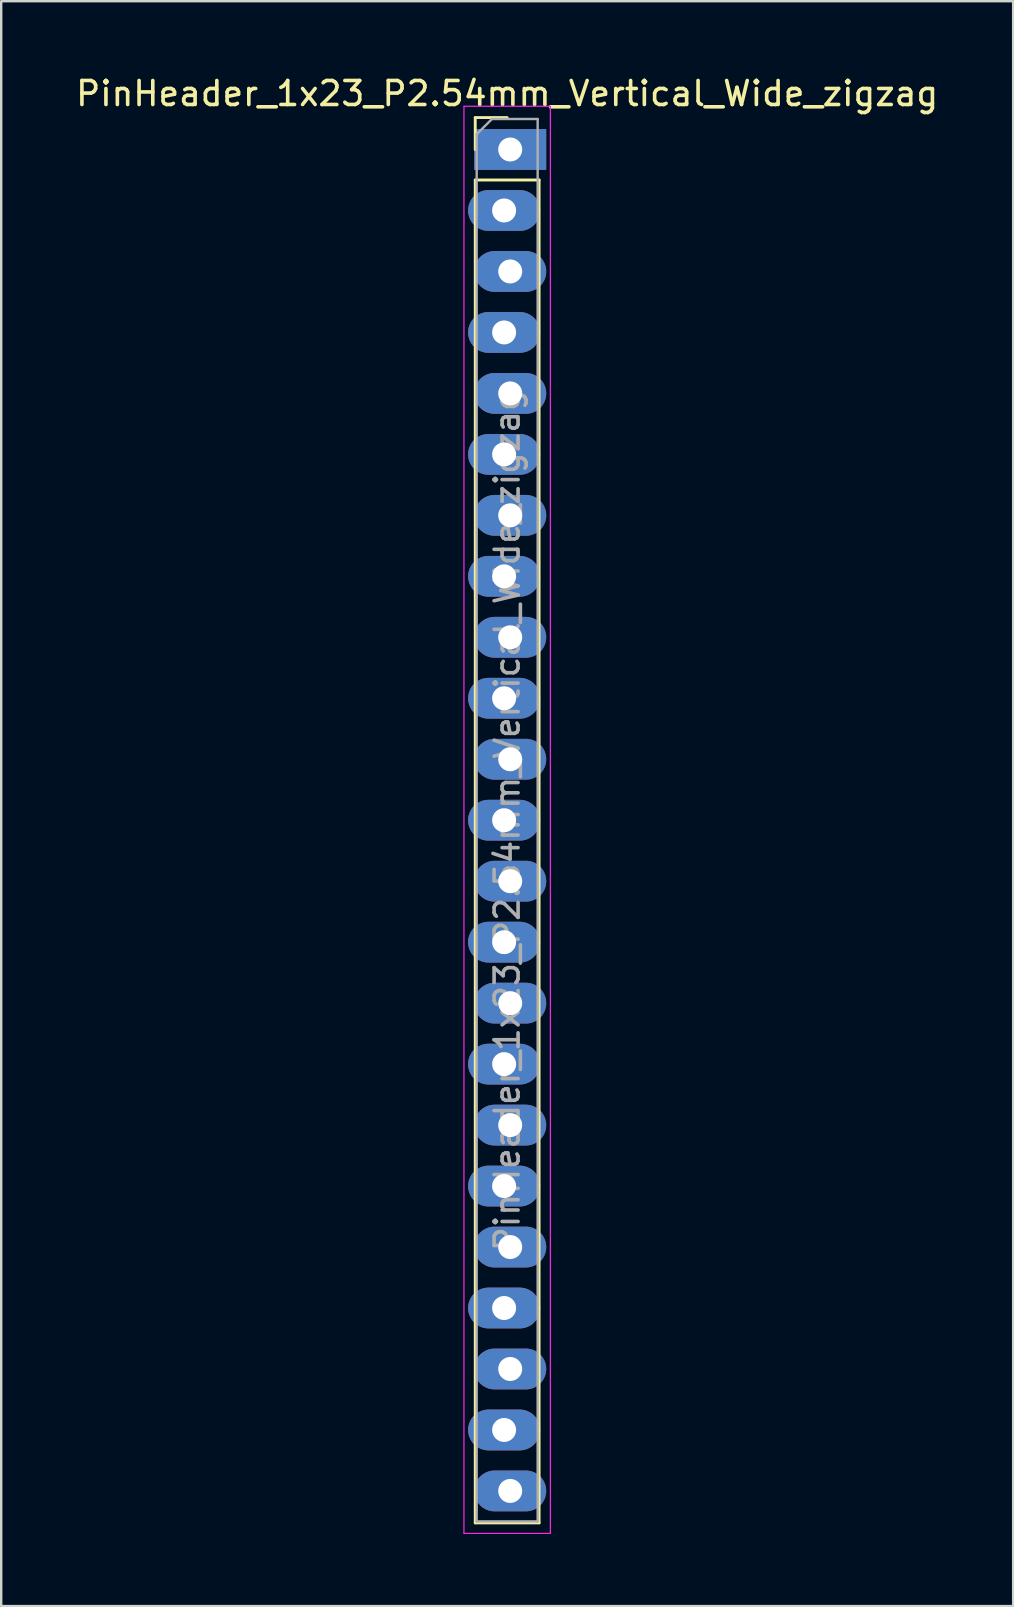
<source format=kicad_pcb>
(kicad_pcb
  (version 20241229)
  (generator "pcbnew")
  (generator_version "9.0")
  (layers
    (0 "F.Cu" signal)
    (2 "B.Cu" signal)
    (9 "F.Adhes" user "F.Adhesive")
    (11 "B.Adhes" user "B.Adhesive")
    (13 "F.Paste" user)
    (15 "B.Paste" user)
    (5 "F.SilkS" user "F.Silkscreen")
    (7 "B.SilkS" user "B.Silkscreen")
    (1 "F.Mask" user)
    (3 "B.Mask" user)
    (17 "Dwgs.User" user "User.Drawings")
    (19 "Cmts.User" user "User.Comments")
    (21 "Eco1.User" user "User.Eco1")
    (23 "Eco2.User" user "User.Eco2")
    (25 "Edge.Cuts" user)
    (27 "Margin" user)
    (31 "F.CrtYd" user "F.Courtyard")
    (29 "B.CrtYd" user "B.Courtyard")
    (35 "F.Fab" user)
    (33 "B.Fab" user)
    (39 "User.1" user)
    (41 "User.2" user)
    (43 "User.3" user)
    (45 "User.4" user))
  (footprint "PinHeader_1x23_P2.54mm_Vertical_Wide_zigzag"
    (layer "F.Cu")
    (at 18.077 3.178)
    (property "Reference" "PinHeader_1x23_P2.54mm_Vertical_Wide_zigzag" (at 0 -2.33 0) (layer "F.SilkS") (effects (font (size 1 1) (thickness 0.15))))
    (attr through_hole)
    (fp_line (start -1.33 -1.33) (end 0 -1.33) (stroke (width 0.12) (type solid)) (layer "F.SilkS"))
    (fp_line (start -1.33 0) (end -1.33 -1.33) (stroke (width 0.12) (type solid)) (layer "F.SilkS"))
    (fp_line (start -1.33 1.27) (end -1.33 57.21) (stroke (width 0.12) (type solid)) (layer "F.SilkS"))
    (fp_line (start -1.33 1.27) (end 1.33 1.27) (stroke (width 0.12) (type solid)) (layer "F.SilkS"))
    (fp_line (start -1.33 57.21) (end 1.33 57.21) (stroke (width 0.12) (type solid)) (layer "F.SilkS"))
    (fp_line (start 1.33 1.27) (end 1.33 57.21) (stroke (width 0.12) (type solid)) (layer "F.SilkS"))
    (fp_line (start -1.8 -1.8) (end -1.8 57.65) (stroke (width 0.05) (type solid)) (layer "F.CrtYd"))
    (fp_line (start -1.8 57.65) (end 1.8 57.65) (stroke (width 0.05) (type solid)) (layer "F.CrtYd"))
    (fp_line (start 1.8 -1.8) (end -1.8 -1.8) (stroke (width 0.05) (type solid)) (layer "F.CrtYd"))
    (fp_line (start 1.8 57.65) (end 1.8 -1.8) (stroke (width 0.05) (type solid)) (layer "F.CrtYd"))
    (fp_line (start -1.27 -0.635) (end -0.635 -1.27) (stroke (width 0.1) (type solid)) (layer "F.Fab"))
    (fp_line (start -1.27 57.15) (end -1.27 -0.635) (stroke (width 0.1) (type solid)) (layer "F.Fab"))
    (fp_line (start -0.635 -1.27) (end 1.27 -1.27) (stroke (width 0.1) (type solid)) (layer "F.Fab"))
    (fp_line (start 1.27 -1.27) (end 1.27 57.15) (stroke (width 0.1) (type solid)) (layer "F.Fab"))
    (fp_line (start 1.27 57.15) (end -1.27 57.15) (stroke (width 0.1) (type solid)) (layer "F.Fab"))
    (fp_text user "${REFERENCE}" (at 0 27.94 90) (layer "F.Fab") (effects (font (size 1 1) (thickness 0.15))))
    (pad "1" thru_hole rect (at 0.127 0) (size 3 1.7) (drill 1) (layers "*.Cu" "*.Mask"))
    (pad "2" thru_hole oval (at -0.127 2.54) (size 3 1.7) (drill 1) (layers "*.Cu" "*.Mask"))
    (pad "3" thru_hole oval (at 0.127 5.08) (size 3 1.7) (drill 1) (layers "*.Cu" "*.Mask"))
    (pad "4" thru_hole oval (at -0.127 7.62) (size 3 1.7) (drill 1) (layers "*.Cu" "*.Mask"))
    (pad "5" thru_hole oval (at 0.127 10.16) (size 3 1.7) (drill 1) (layers "*.Cu" "*.Mask"))
    (pad "6" thru_hole oval (at -0.127 12.7) (size 3 1.7) (drill 1) (layers "*.Cu" "*.Mask"))
    (pad "7" thru_hole oval (at 0.127 15.24) (size 3 1.7) (drill 1) (layers "*.Cu" "*.Mask"))
    (pad "8" thru_hole oval (at -0.127 17.78) (size 3 1.7) (drill 1) (layers "*.Cu" "*.Mask"))
    (pad "9" thru_hole oval (at 0.127 20.32) (size 3 1.7) (drill 1) (layers "*.Cu" "*.Mask"))
    (pad "10" thru_hole oval (at -0.127 22.86) (size 3 1.7) (drill 1) (layers "*.Cu" "*.Mask"))
    (pad "11" thru_hole oval (at 0.127 25.4) (size 3 1.7) (drill 1) (layers "*.Cu" "*.Mask"))
    (pad "12" thru_hole oval (at -0.127 27.94) (size 3 1.7) (drill 1) (layers "*.Cu" "*.Mask"))
    (pad "13" thru_hole oval (at 0.127 30.48) (size 3 1.7) (drill 1) (layers "*.Cu" "*.Mask"))
    (pad "14" thru_hole oval (at -0.127 33.02) (size 3 1.7) (drill 1) (layers "*.Cu" "*.Mask"))
    (pad "15" thru_hole oval (at 0.127 35.56) (size 3 1.7) (drill 1) (layers "*.Cu" "*.Mask"))
    (pad "16" thru_hole oval (at -0.127 38.1) (size 3 1.7) (drill 1) (layers "*.Cu" "*.Mask"))
    (pad "17" thru_hole oval (at 0.127 40.64) (size 3 1.7) (drill 1) (layers "*.Cu" "*.Mask"))
    (pad "18" thru_hole oval (at -0.127 43.18) (size 3 1.7) (drill 1) (layers "*.Cu" "*.Mask"))
    (pad "19" thru_hole oval (at 0.127 45.72) (size 3 1.7) (drill 1) (layers "*.Cu" "*.Mask"))
    (pad "20" thru_hole oval (at -0.127 48.26) (size 3 1.7) (drill 1) (layers "*.Cu" "*.Mask"))
    (pad "21" thru_hole oval (at 0.127 50.8) (size 3 1.7) (drill 1) (layers "*.Cu" "*.Mask"))
    (pad "22" thru_hole oval (at -0.127 53.34) (size 3 1.7) (drill 1) (layers "*.Cu" "*.Mask"))
    (pad "23" thru_hole oval (at 0.127 55.88) (size 3 1.7) (drill 1) (layers "*.Cu" "*.Mask")))
  (gr_rect
    (start -3 -3)
    (end 39.155 63.853)
    (stroke (width 0.1) (type default))
    (fill no)
    (layer "Edge.Cuts")))
</source>
